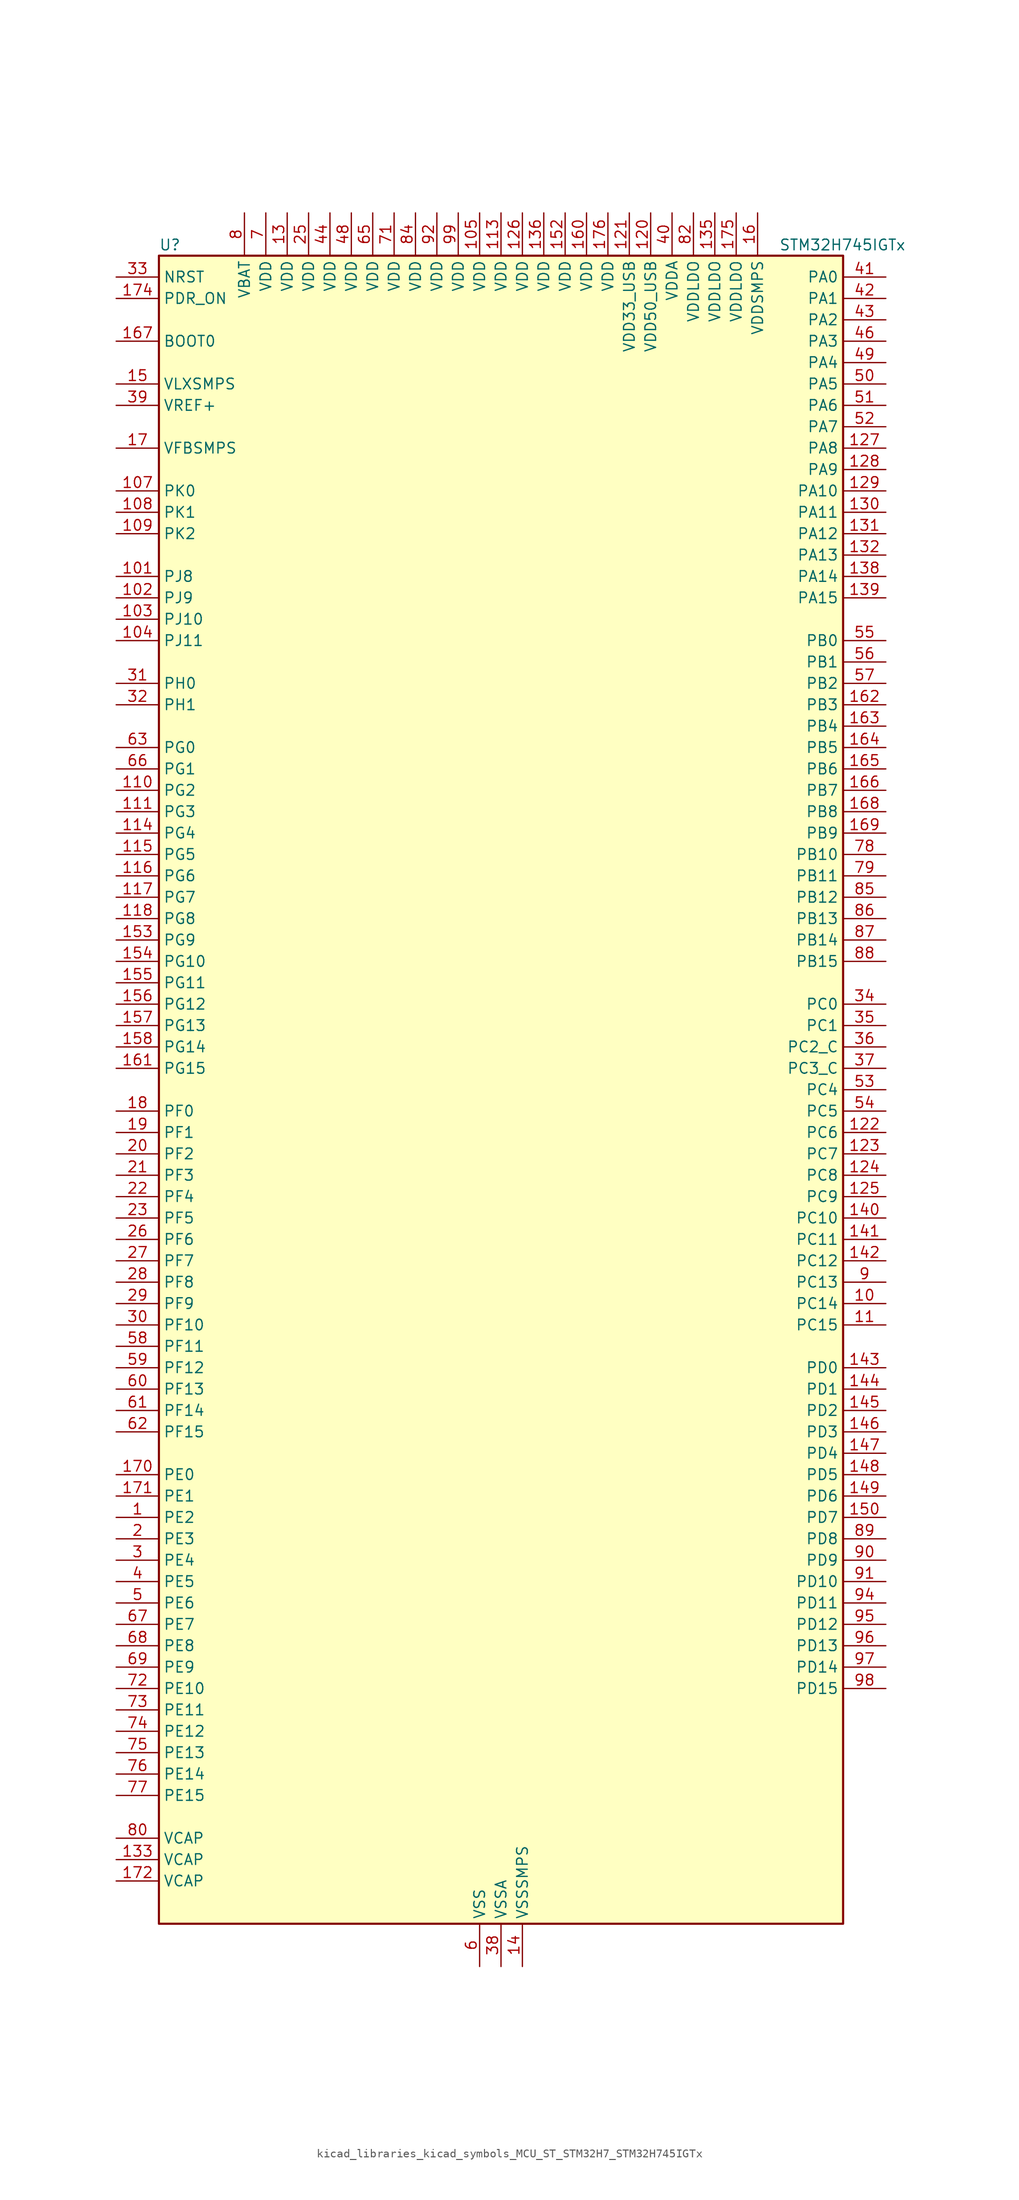
<source format=kicad_sym>
(kicad_symbol_lib
  (version 20220914)
  (generator kicad_symbol_editor)
  (symbol "kicad_libraries_kicad_symbols_MCU_ST_STM32H7_STM32H745IGTx"
    (property "Reference" "U"
      (at -40.64 100.33 0)
      (effects (font (size 1.27 1.27)) (justify left)))
    (property "Value" "STM32H745IGTx"
      (at 33.02 100.33 0)
      (effects (font (size 1.27 1.27)) (justify left)))
    (property "ki_locked" ""
      (at 0 0 0)
      (effects (font (size 1.27 1.27))))
    (symbol "kicad_libraries_kicad_symbols_MCU_ST_STM32H7_STM32H745IGTx_0_1"
      (rectangle (start -40.64 -99.06) (end 40.64 99.06) (stroke (width 0.254) (type default)) (fill (type background))))
    (symbol "kicad_libraries_kicad_symbols_MCU_ST_STM32H7_STM32H745IGTx_1_1"
      (pin bidirectional line (at -45.72 -50.8 0) (length 5.08) (name "PE2" (effects (font (size 1.27 1.27)))) (number "1" (effects (font (size 1.27 1.27)))) (alternate "DEBUG_TRACECLK" bidirectional line) (alternate "ETH_TXD3" bidirectional line) (alternate "FMC_A23" bidirectional line) (alternate "QUADSPI_BK1_IO2" bidirectional line) (alternate "SAI1_CK1" bidirectional line) (alternate "SAI1_MCLK_A" bidirectional line) (alternate "SAI4_CK1" bidirectional line) (alternate "SAI4_MCLK_A" bidirectional line) (alternate "SPI4_SCK" bidirectional line))
      (pin bidirectional line (at 45.72 -25.4 180) (length 5.08) (name "PC14" (effects (font (size 1.27 1.27)))) (number "10" (effects (font (size 1.27 1.27)))) (alternate "RCC_OSC32_IN" bidirectional line))
      (pin passive line (at -2.54 -104.14 90) (length 5.08) hide (name "VSS" (effects (font (size 1.27 1.27)))) (number "100" (effects (font (size 1.27 1.27)))))
      (pin bidirectional line (at -45.72 60.96 0) (length 5.08) (name "PJ8" (effects (font (size 1.27 1.27)))) (number "101" (effects (font (size 1.27 1.27)))) (alternate "LTDC_G1" bidirectional line) (alternate "TIM1_CH3N" bidirectional line) (alternate "TIM8_CH1" bidirectional line) (alternate "UART8_TX" bidirectional line))
      (pin bidirectional line (at -45.72 58.42 0) (length 5.08) (name "PJ9" (effects (font (size 1.27 1.27)))) (number "102" (effects (font (size 1.27 1.27)))) (alternate "DAC1_EXTI9" bidirectional line) (alternate "LTDC_G2" bidirectional line) (alternate "TIM1_CH3" bidirectional line) (alternate "TIM8_CH1N" bidirectional line) (alternate "UART8_RX" bidirectional line))
      (pin bidirectional line (at -45.72 55.88 0) (length 5.08) (name "PJ10" (effects (font (size 1.27 1.27)))) (number "103" (effects (font (size 1.27 1.27)))) (alternate "LTDC_G3" bidirectional line) (alternate "SPI5_MOSI" bidirectional line) (alternate "TIM1_CH2N" bidirectional line) (alternate "TIM8_CH2" bidirectional line))
      (pin bidirectional line (at -45.72 53.34 0) (length 5.08) (name "PJ11" (effects (font (size 1.27 1.27)))) (number "104" (effects (font (size 1.27 1.27)))) (alternate "ADC1_EXTI11" bidirectional line) (alternate "ADC2_EXTI11" bidirectional line) (alternate "ADC3_EXTI11" bidirectional line) (alternate "LTDC_G4" bidirectional line) (alternate "SPI5_MISO" bidirectional line) (alternate "TIM1_CH2" bidirectional line) (alternate "TIM8_CH2N" bidirectional line))
      (pin power_in line (at -2.54 104.14 270) (length 5.08) (name "VDD" (effects (font (size 1.27 1.27)))) (number "105" (effects (font (size 1.27 1.27)))))
      (pin passive line (at -2.54 -104.14 90) (length 5.08) hide (name "VSS" (effects (font (size 1.27 1.27)))) (number "106" (effects (font (size 1.27 1.27)))))
      (pin bidirectional line (at -45.72 71.12 0) (length 5.08) (name "PK0" (effects (font (size 1.27 1.27)))) (number "107" (effects (font (size 1.27 1.27)))) (alternate "LTDC_G5" bidirectional line) (alternate "SPI5_SCK" bidirectional line) (alternate "TIM1_CH1N" bidirectional line) (alternate "TIM8_CH3" bidirectional line))
      (pin bidirectional line (at -45.72 68.58 0) (length 5.08) (name "PK1" (effects (font (size 1.27 1.27)))) (number "108" (effects (font (size 1.27 1.27)))) (alternate "LTDC_G6" bidirectional line) (alternate "SPI5_NSS" bidirectional line) (alternate "TIM1_CH1" bidirectional line) (alternate "TIM8_CH3N" bidirectional line))
      (pin bidirectional line (at -45.72 66.04 0) (length 5.08) (name "PK2" (effects (font (size 1.27 1.27)))) (number "109" (effects (font (size 1.27 1.27)))) (alternate "LTDC_G7" bidirectional line) (alternate "TIM1_BKIN" bidirectional line) (alternate "TIM1_BKIN_COMP1" bidirectional line) (alternate "TIM1_BKIN_COMP2" bidirectional line) (alternate "TIM8_BKIN" bidirectional line) (alternate "TIM8_BKIN_COMP1" bidirectional line) (alternate "TIM8_BKIN_COMP2" bidirectional line))
      (pin bidirectional line (at 45.72 -27.94 180) (length 5.08) (name "PC15" (effects (font (size 1.27 1.27)))) (number "11" (effects (font (size 1.27 1.27)))) (alternate "ADC1_EXTI15" bidirectional line) (alternate "ADC2_EXTI15" bidirectional line) (alternate "ADC3_EXTI15" bidirectional line) (alternate "RCC_OSC32_OUT" bidirectional line))
      (pin bidirectional line (at -45.72 35.56 0) (length 5.08) (name "PG2" (effects (font (size 1.27 1.27)))) (number "110" (effects (font (size 1.27 1.27)))) (alternate "FMC_A12" bidirectional line) (alternate "TIM8_BKIN" bidirectional line) (alternate "TIM8_BKIN_COMP1" bidirectional line) (alternate "TIM8_BKIN_COMP2" bidirectional line))
      (pin bidirectional line (at -45.72 33.02 0) (length 5.08) (name "PG3" (effects (font (size 1.27 1.27)))) (number "111" (effects (font (size 1.27 1.27)))) (alternate "FMC_A13" bidirectional line) (alternate "TIM8_BKIN2" bidirectional line) (alternate "TIM8_BKIN2_COMP1" bidirectional line) (alternate "TIM8_BKIN2_COMP2" bidirectional line))
      (pin passive line (at -2.54 -104.14 90) (length 5.08) hide (name "VSS" (effects (font (size 1.27 1.27)))) (number "112" (effects (font (size 1.27 1.27)))))
      (pin power_in line (at 0 104.14 270) (length 5.08) (name "VDD" (effects (font (size 1.27 1.27)))) (number "113" (effects (font (size 1.27 1.27)))))
      (pin bidirectional line (at -45.72 30.48 0) (length 5.08) (name "PG4" (effects (font (size 1.27 1.27)))) (number "114" (effects (font (size 1.27 1.27)))) (alternate "FMC_A14" bidirectional line) (alternate "FMC_BA0" bidirectional line) (alternate "TIM1_BKIN2" bidirectional line) (alternate "TIM1_BKIN2_COMP1" bidirectional line) (alternate "TIM1_BKIN2_COMP2" bidirectional line))
      (pin bidirectional line (at -45.72 27.94 0) (length 5.08) (name "PG5" (effects (font (size 1.27 1.27)))) (number "115" (effects (font (size 1.27 1.27)))) (alternate "FMC_A15" bidirectional line) (alternate "FMC_BA1" bidirectional line) (alternate "TIM1_ETR" bidirectional line))
      (pin bidirectional line (at -45.72 25.4 0) (length 5.08) (name "PG6" (effects (font (size 1.27 1.27)))) (number "116" (effects (font (size 1.27 1.27)))) (alternate "DCMI_D12" bidirectional line) (alternate "FMC_NE3" bidirectional line) (alternate "HRTIM_CHE1" bidirectional line) (alternate "LTDC_R7" bidirectional line) (alternate "QUADSPI_BK1_NCS" bidirectional line) (alternate "TIM17_BKIN" bidirectional line))
      (pin bidirectional line (at -45.72 22.86 0) (length 5.08) (name "PG7" (effects (font (size 1.27 1.27)))) (number "117" (effects (font (size 1.27 1.27)))) (alternate "DCMI_D13" bidirectional line) (alternate "FMC_INT" bidirectional line) (alternate "HRTIM_CHE2" bidirectional line) (alternate "LTDC_CLK" bidirectional line) (alternate "SAI1_MCLK_A" bidirectional line) (alternate "USART6_CK" bidirectional line))
      (pin bidirectional line (at -45.72 20.32 0) (length 5.08) (name "PG8" (effects (font (size 1.27 1.27)))) (number "118" (effects (font (size 1.27 1.27)))) (alternate "ETH_PPS_OUT" bidirectional line) (alternate "FMC_SDCLK" bidirectional line) (alternate "LTDC_G7" bidirectional line) (alternate "SPDIFRX1_IN2" bidirectional line) (alternate "SPI6_NSS" bidirectional line) (alternate "TIM8_ETR" bidirectional line) (alternate "USART6_DE" bidirectional line) (alternate "USART6_RTS" bidirectional line))
      (pin passive line (at -2.54 -104.14 90) (length 5.08) hide (name "VSS" (effects (font (size 1.27 1.27)))) (number "119" (effects (font (size 1.27 1.27)))))
      (pin passive line (at -2.54 -104.14 90) (length 5.08) hide (name "VSS" (effects (font (size 1.27 1.27)))) (number "12" (effects (font (size 1.27 1.27)))))
      (pin power_in line (at 17.78 104.14 270) (length 5.08) (name "VDD50_USB" (effects (font (size 1.27 1.27)))) (number "120" (effects (font (size 1.27 1.27)))))
      (pin power_in line (at 15.24 104.14 270) (length 5.08) (name "VDD33_USB" (effects (font (size 1.27 1.27)))) (number "121" (effects (font (size 1.27 1.27)))))
      (pin bidirectional line (at 45.72 -5.08 180) (length 5.08) (name "PC6" (effects (font (size 1.27 1.27)))) (number "122" (effects (font (size 1.27 1.27)))) (alternate "DCMI_D0" bidirectional line) (alternate "DFSDM1_CKIN3" bidirectional line) (alternate "FMC_NWAIT" bidirectional line) (alternate "HRTIM_CHA1" bidirectional line) (alternate "I2S2_MCK" bidirectional line) (alternate "LTDC_HSYNC" bidirectional line) (alternate "SDMMC1_D0DIR" bidirectional line) (alternate "SDMMC1_D6" bidirectional line) (alternate "SDMMC2_D6" bidirectional line) (alternate "SWPMI1_IO" bidirectional line) (alternate "TIM3_CH1" bidirectional line) (alternate "TIM8_CH1" bidirectional line) (alternate "USART6_TX" bidirectional line))
      (pin bidirectional line (at 45.72 -7.62 180) (length 5.08) (name "PC7" (effects (font (size 1.27 1.27)))) (number "123" (effects (font (size 1.27 1.27)))) (alternate "DCMI_D1" bidirectional line) (alternate "DEBUG_TRGIO" bidirectional line) (alternate "DFSDM1_DATIN3" bidirectional line) (alternate "FMC_NE1" bidirectional line) (alternate "HRTIM_CHA2" bidirectional line) (alternate "I2S3_MCK" bidirectional line) (alternate "LTDC_G6" bidirectional line) (alternate "SDMMC1_D123DIR" bidirectional line) (alternate "SDMMC1_D7" bidirectional line) (alternate "SDMMC2_D7" bidirectional line) (alternate "SWPMI1_TX" bidirectional line) (alternate "TIM3_CH2" bidirectional line) (alternate "TIM8_CH2" bidirectional line) (alternate "USART6_RX" bidirectional line))
      (pin bidirectional line (at 45.72 -10.16 180) (length 5.08) (name "PC8" (effects (font (size 1.27 1.27)))) (number "124" (effects (font (size 1.27 1.27)))) (alternate "DCMI_D2" bidirectional line) (alternate "DEBUG_TRACED1" bidirectional line) (alternate "FMC_NCE" bidirectional line) (alternate "FMC_NE2" bidirectional line) (alternate "HRTIM_CHB1" bidirectional line) (alternate "SDMMC1_D0" bidirectional line) (alternate "SWPMI1_RX" bidirectional line) (alternate "TIM3_CH3" bidirectional line) (alternate "TIM8_CH3" bidirectional line) (alternate "UART5_DE" bidirectional line) (alternate "UART5_RTS" bidirectional line) (alternate "USART6_CK" bidirectional line))
      (pin bidirectional line (at 45.72 -12.7 180) (length 5.08) (name "PC9" (effects (font (size 1.27 1.27)))) (number "125" (effects (font (size 1.27 1.27)))) (alternate "DAC1_EXTI9" bidirectional line) (alternate "DCMI_D3" bidirectional line) (alternate "I2C3_SDA" bidirectional line) (alternate "I2S_CKIN" bidirectional line) (alternate "LTDC_B2" bidirectional line) (alternate "LTDC_G3" bidirectional line) (alternate "QUADSPI_BK1_IO0" bidirectional line) (alternate "RCC_MCO_2" bidirectional line) (alternate "SDMMC1_D1" bidirectional line) (alternate "SWPMI1_SUSPEND" bidirectional line) (alternate "TIM3_CH4" bidirectional line) (alternate "TIM8_CH4" bidirectional line) (alternate "UART5_CTS" bidirectional line))
      (pin power_in line (at 2.54 104.14 270) (length 5.08) (name "VDD" (effects (font (size 1.27 1.27)))) (number "126" (effects (font (size 1.27 1.27)))))
      (pin bidirectional line (at 45.72 76.2 180) (length 5.08) (name "PA8" (effects (font (size 1.27 1.27)))) (number "127" (effects (font (size 1.27 1.27)))) (alternate "HRTIM_CHB2" bidirectional line) (alternate "I2C3_SCL" bidirectional line) (alternate "LTDC_B3" bidirectional line) (alternate "LTDC_R6" bidirectional line) (alternate "RCC_MCO_1" bidirectional line) (alternate "TIM1_CH1" bidirectional line) (alternate "TIM8_BKIN2" bidirectional line) (alternate "TIM8_BKIN2_COMP1" bidirectional line) (alternate "TIM8_BKIN2_COMP2" bidirectional line) (alternate "UART7_RX" bidirectional line) (alternate "USART1_CK" bidirectional line) (alternate "USB_OTG_FS_SOF" bidirectional line))
      (pin bidirectional line (at 45.72 73.66 180) (length 5.08) (name "PA9" (effects (font (size 1.27 1.27)))) (number "128" (effects (font (size 1.27 1.27)))) (alternate "DAC1_EXTI9" bidirectional line) (alternate "DCMI_D0" bidirectional line) (alternate "HRTIM_CHC1" bidirectional line) (alternate "I2C3_SMBA" bidirectional line) (alternate "I2S2_CK" bidirectional line) (alternate "LPUART1_TX" bidirectional line) (alternate "LTDC_R5" bidirectional line) (alternate "SPI2_SCK" bidirectional line) (alternate "TIM1_CH2" bidirectional line) (alternate "USART1_TX" bidirectional line) (alternate "USB_OTG_FS_VBUS" bidirectional line))
      (pin bidirectional line (at 45.72 71.12 180) (length 5.08) (name "PA10" (effects (font (size 1.27 1.27)))) (number "129" (effects (font (size 1.27 1.27)))) (alternate "DCMI_D1" bidirectional line) (alternate "HRTIM_CHC2" bidirectional line) (alternate "LPUART1_RX" bidirectional line) (alternate "LTDC_B1" bidirectional line) (alternate "LTDC_B4" bidirectional line) (alternate "MDIOS_MDIO" bidirectional line) (alternate "TIM1_CH3" bidirectional line) (alternate "USART1_RX" bidirectional line) (alternate "USB_OTG_FS_ID" bidirectional line))
      (pin power_in line (at -25.4 104.14 270) (length 5.08) (name "VDD" (effects (font (size 1.27 1.27)))) (number "13" (effects (font (size 1.27 1.27)))))
      (pin bidirectional line (at 45.72 68.58 180) (length 5.08) (name "PA11" (effects (font (size 1.27 1.27)))) (number "130" (effects (font (size 1.27 1.27)))) (alternate "ADC1_EXTI11" bidirectional line) (alternate "ADC2_EXTI11" bidirectional line) (alternate "ADC3_EXTI11" bidirectional line) (alternate "FDCAN1_RX" bidirectional line) (alternate "HRTIM_CHD1" bidirectional line) (alternate "I2S2_WS" bidirectional line) (alternate "LPUART1_CTS" bidirectional line) (alternate "LTDC_R4" bidirectional line) (alternate "SPI2_NSS" bidirectional line) (alternate "TIM1_CH4" bidirectional line) (alternate "UART4_RX" bidirectional line) (alternate "USART1_CTS" bidirectional line) (alternate "USART1_NSS" bidirectional line) (alternate "USB_OTG_FS_DM" bidirectional line))
      (pin bidirectional line (at 45.72 66.04 180) (length 5.08) (name "PA12" (effects (font (size 1.27 1.27)))) (number "131" (effects (font (size 1.27 1.27)))) (alternate "FDCAN1_TX" bidirectional line) (alternate "HRTIM_CHD2" bidirectional line) (alternate "I2S2_CK" bidirectional line) (alternate "LPUART1_DE" bidirectional line) (alternate "LPUART1_RTS" bidirectional line) (alternate "LTDC_R5" bidirectional line) (alternate "SAI2_FS_B" bidirectional line) (alternate "SPI2_SCK" bidirectional line) (alternate "TIM1_ETR" bidirectional line) (alternate "UART4_TX" bidirectional line) (alternate "USART1_DE" bidirectional line) (alternate "USART1_RTS" bidirectional line) (alternate "USB_OTG_FS_DP" bidirectional line))
      (pin bidirectional line (at 45.72 63.5 180) (length 5.08) (name "PA13" (effects (font (size 1.27 1.27)))) (number "132" (effects (font (size 1.27 1.27)))) (alternate "DEBUG_JTMS-SWDIO" bidirectional line))
      (pin power_out line (at -45.72 -91.44 0) (length 5.08) (name "VCAP" (effects (font (size 1.27 1.27)))) (number "133" (effects (font (size 1.27 1.27)))))
      (pin passive line (at -2.54 -104.14 90) (length 5.08) hide (name "VSS" (effects (font (size 1.27 1.27)))) (number "134" (effects (font (size 1.27 1.27)))))
      (pin power_in line (at 25.4 104.14 270) (length 5.08) (name "VDDLDO" (effects (font (size 1.27 1.27)))) (number "135" (effects (font (size 1.27 1.27)))))
      (pin power_in line (at 5.08 104.14 270) (length 5.08) (name "VDD" (effects (font (size 1.27 1.27)))) (number "136" (effects (font (size 1.27 1.27)))))
      (pin passive line (at -2.54 -104.14 90) (length 5.08) hide (name "VSS" (effects (font (size 1.27 1.27)))) (number "137" (effects (font (size 1.27 1.27)))))
      (pin bidirectional line (at 45.72 60.96 180) (length 5.08) (name "PA14" (effects (font (size 1.27 1.27)))) (number "138" (effects (font (size 1.27 1.27)))) (alternate "DEBUG_JTCK-SWCLK" bidirectional line))
      (pin bidirectional line (at 45.72 58.42 180) (length 5.08) (name "PA15" (effects (font (size 1.27 1.27)))) (number "139" (effects (font (size 1.27 1.27)))) (alternate "ADC1_EXTI15" bidirectional line) (alternate "ADC2_EXTI15" bidirectional line) (alternate "ADC3_EXTI15" bidirectional line) (alternate "CEC" bidirectional line) (alternate "DEBUG_JTDI" bidirectional line) (alternate "HRTIM_FLT1" bidirectional line) (alternate "I2S1_WS" bidirectional line) (alternate "I2S3_WS" bidirectional line) (alternate "SPI1_NSS" bidirectional line) (alternate "SPI3_NSS" bidirectional line) (alternate "SPI6_NSS" bidirectional line) (alternate "TIM2_CH1" bidirectional line) (alternate "TIM2_ETR" bidirectional line) (alternate "UART4_DE" bidirectional line) (alternate "UART4_RTS" bidirectional line) (alternate "UART7_TX" bidirectional line))
      (pin power_in line (at 2.54 -104.14 90) (length 5.08) (name "VSSSMPS" (effects (font (size 1.27 1.27)))) (number "14" (effects (font (size 1.27 1.27)))))
      (pin bidirectional line (at 45.72 -15.24 180) (length 5.08) (name "PC10" (effects (font (size 1.27 1.27)))) (number "140" (effects (font (size 1.27 1.27)))) (alternate "DCMI_D8" bidirectional line) (alternate "DFSDM1_CKIN5" bidirectional line) (alternate "HRTIM_EEV1" bidirectional line) (alternate "I2S3_CK" bidirectional line) (alternate "LTDC_R2" bidirectional line) (alternate "QUADSPI_BK1_IO1" bidirectional line) (alternate "SDMMC1_D2" bidirectional line) (alternate "SPI3_SCK" bidirectional line) (alternate "UART4_TX" bidirectional line) (alternate "USART3_TX" bidirectional line))
      (pin bidirectional line (at 45.72 -17.78 180) (length 5.08) (name "PC11" (effects (font (size 1.27 1.27)))) (number "141" (effects (font (size 1.27 1.27)))) (alternate "ADC1_EXTI11" bidirectional line) (alternate "ADC2_EXTI11" bidirectional line) (alternate "ADC3_EXTI11" bidirectional line) (alternate "DCMI_D4" bidirectional line) (alternate "DFSDM1_DATIN5" bidirectional line) (alternate "HRTIM_FLT2" bidirectional line) (alternate "I2S3_SDI" bidirectional line) (alternate "QUADSPI_BK2_NCS" bidirectional line) (alternate "SDMMC1_D3" bidirectional line) (alternate "SPI3_MISO" bidirectional line) (alternate "UART4_RX" bidirectional line) (alternate "USART3_RX" bidirectional line))
      (pin bidirectional line (at 45.72 -20.32 180) (length 5.08) (name "PC12" (effects (font (size 1.27 1.27)))) (number "142" (effects (font (size 1.27 1.27)))) (alternate "DCMI_D9" bidirectional line) (alternate "DEBUG_TRACED3" bidirectional line) (alternate "HRTIM_EEV2" bidirectional line) (alternate "I2S3_SDO" bidirectional line) (alternate "SDMMC1_CK" bidirectional line) (alternate "SPI3_MOSI" bidirectional line) (alternate "UART5_TX" bidirectional line) (alternate "USART3_CK" bidirectional line))
      (pin bidirectional line (at 45.72 -33.02 180) (length 5.08) (name "PD0" (effects (font (size 1.27 1.27)))) (number "143" (effects (font (size 1.27 1.27)))) (alternate "DFSDM1_CKIN6" bidirectional line) (alternate "FDCAN1_RX" bidirectional line) (alternate "FMC_D2" bidirectional line) (alternate "FMC_DA2" bidirectional line) (alternate "SAI3_SCK_A" bidirectional line) (alternate "UART4_RX" bidirectional line))
      (pin bidirectional line (at 45.72 -35.56 180) (length 5.08) (name "PD1" (effects (font (size 1.27 1.27)))) (number "144" (effects (font (size 1.27 1.27)))) (alternate "DFSDM1_DATIN6" bidirectional line) (alternate "FDCAN1_TX" bidirectional line) (alternate "FMC_D3" bidirectional line) (alternate "FMC_DA3" bidirectional line) (alternate "SAI3_SD_A" bidirectional line) (alternate "UART4_TX" bidirectional line))
      (pin bidirectional line (at 45.72 -38.1 180) (length 5.08) (name "PD2" (effects (font (size 1.27 1.27)))) (number "145" (effects (font (size 1.27 1.27)))) (alternate "DCMI_D11" bidirectional line) (alternate "DEBUG_TRACED2" bidirectional line) (alternate "SDMMC1_CMD" bidirectional line) (alternate "TIM3_ETR" bidirectional line) (alternate "UART5_RX" bidirectional line))
      (pin bidirectional line (at 45.72 -40.64 180) (length 5.08) (name "PD3" (effects (font (size 1.27 1.27)))) (number "146" (effects (font (size 1.27 1.27)))) (alternate "DCMI_D5" bidirectional line) (alternate "DFSDM1_CKOUT" bidirectional line) (alternate "FMC_CLK" bidirectional line) (alternate "I2S2_CK" bidirectional line) (alternate "LTDC_G7" bidirectional line) (alternate "SPI2_SCK" bidirectional line) (alternate "USART2_CTS" bidirectional line) (alternate "USART2_NSS" bidirectional line))
      (pin bidirectional line (at 45.72 -43.18 180) (length 5.08) (name "PD4" (effects (font (size 1.27 1.27)))) (number "147" (effects (font (size 1.27 1.27)))) (alternate "FMC_NOE" bidirectional line) (alternate "HRTIM_FLT3" bidirectional line) (alternate "SAI3_FS_A" bidirectional line) (alternate "USART2_DE" bidirectional line) (alternate "USART2_RTS" bidirectional line))
      (pin bidirectional line (at 45.72 -45.72 180) (length 5.08) (name "PD5" (effects (font (size 1.27 1.27)))) (number "148" (effects (font (size 1.27 1.27)))) (alternate "FMC_NWE" bidirectional line) (alternate "HRTIM_EEV3" bidirectional line) (alternate "USART2_TX" bidirectional line))
      (pin bidirectional line (at 45.72 -48.26 180) (length 5.08) (name "PD6" (effects (font (size 1.27 1.27)))) (number "149" (effects (font (size 1.27 1.27)))) (alternate "DCMI_D10" bidirectional line) (alternate "DFSDM1_CKIN4" bidirectional line) (alternate "DFSDM1_DATIN1" bidirectional line) (alternate "FMC_NWAIT" bidirectional line) (alternate "I2S3_SDO" bidirectional line) (alternate "LTDC_B2" bidirectional line) (alternate "SAI1_D1" bidirectional line) (alternate "SAI1_SD_A" bidirectional line) (alternate "SAI4_D1" bidirectional line) (alternate "SAI4_SD_A" bidirectional line) (alternate "SDMMC2_CK" bidirectional line) (alternate "SPI3_MOSI" bidirectional line) (alternate "USART2_RX" bidirectional line))
      (pin power_in line (at -45.72 83.82 0) (length 5.08) (name "VLXSMPS" (effects (font (size 1.27 1.27)))) (number "15" (effects (font (size 1.27 1.27)))))
      (pin bidirectional line (at 45.72 -50.8 180) (length 5.08) (name "PD7" (effects (font (size 1.27 1.27)))) (number "150" (effects (font (size 1.27 1.27)))) (alternate "DFSDM1_CKIN1" bidirectional line) (alternate "DFSDM1_DATIN4" bidirectional line) (alternate "FMC_NE1" bidirectional line) (alternate "I2S1_SDO" bidirectional line) (alternate "SDMMC2_CMD" bidirectional line) (alternate "SPDIFRX1_IN0" bidirectional line) (alternate "SPI1_MOSI" bidirectional line) (alternate "USART2_CK" bidirectional line))
      (pin passive line (at -2.54 -104.14 90) (length 5.08) hide (name "VSS" (effects (font (size 1.27 1.27)))) (number "151" (effects (font (size 1.27 1.27)))))
      (pin power_in line (at 7.62 104.14 270) (length 5.08) (name "VDD" (effects (font (size 1.27 1.27)))) (number "152" (effects (font (size 1.27 1.27)))))
      (pin bidirectional line (at -45.72 17.78 0) (length 5.08) (name "PG9" (effects (font (size 1.27 1.27)))) (number "153" (effects (font (size 1.27 1.27)))) (alternate "DAC1_EXTI9" bidirectional line) (alternate "DCMI_VSYNC" bidirectional line) (alternate "FMC_NCE" bidirectional line) (alternate "FMC_NE2" bidirectional line) (alternate "I2S1_SDI" bidirectional line) (alternate "QUADSPI_BK2_IO2" bidirectional line) (alternate "SAI2_FS_B" bidirectional line) (alternate "SPDIFRX1_IN3" bidirectional line) (alternate "SPI1_MISO" bidirectional line) (alternate "USART6_RX" bidirectional line))
      (pin bidirectional line (at -45.72 15.24 0) (length 5.08) (name "PG10" (effects (font (size 1.27 1.27)))) (number "154" (effects (font (size 1.27 1.27)))) (alternate "DCMI_D2" bidirectional line) (alternate "FMC_NE3" bidirectional line) (alternate "HRTIM_FLT5" bidirectional line) (alternate "I2S1_WS" bidirectional line) (alternate "LTDC_B2" bidirectional line) (alternate "LTDC_G3" bidirectional line) (alternate "SAI2_SD_B" bidirectional line) (alternate "SPI1_NSS" bidirectional line))
      (pin bidirectional line (at -45.72 12.7 0) (length 5.08) (name "PG11" (effects (font (size 1.27 1.27)))) (number "155" (effects (font (size 1.27 1.27)))) (alternate "ADC1_EXTI11" bidirectional line) (alternate "ADC2_EXTI11" bidirectional line) (alternate "ADC3_EXTI11" bidirectional line) (alternate "DCMI_D3" bidirectional line) (alternate "ETH_TX_EN" bidirectional line) (alternate "HRTIM_EEV4" bidirectional line) (alternate "I2S1_CK" bidirectional line) (alternate "LPTIM1_IN2" bidirectional line) (alternate "LTDC_B3" bidirectional line) (alternate "SDMMC2_D2" bidirectional line) (alternate "SPDIFRX1_IN0" bidirectional line) (alternate "SPI1_SCK" bidirectional line))
      (pin bidirectional line (at -45.72 10.16 0) (length 5.08) (name "PG12" (effects (font (size 1.27 1.27)))) (number "156" (effects (font (size 1.27 1.27)))) (alternate "ETH_TXD1" bidirectional line) (alternate "FMC_NE4" bidirectional line) (alternate "HRTIM_EEV5" bidirectional line) (alternate "LPTIM1_IN1" bidirectional line) (alternate "LTDC_B1" bidirectional line) (alternate "LTDC_B4" bidirectional line) (alternate "SPDIFRX1_IN1" bidirectional line) (alternate "SPI6_MISO" bidirectional line) (alternate "USART6_DE" bidirectional line) (alternate "USART6_RTS" bidirectional line))
      (pin bidirectional line (at -45.72 7.62 0) (length 5.08) (name "PG13" (effects (font (size 1.27 1.27)))) (number "157" (effects (font (size 1.27 1.27)))) (alternate "DEBUG_TRACED0" bidirectional line) (alternate "ETH_TXD0" bidirectional line) (alternate "FMC_A24" bidirectional line) (alternate "HRTIM_EEV10" bidirectional line) (alternate "LPTIM1_OUT" bidirectional line) (alternate "LTDC_R0" bidirectional line) (alternate "SPI6_SCK" bidirectional line) (alternate "USART6_CTS" bidirectional line) (alternate "USART6_NSS" bidirectional line))
      (pin bidirectional line (at -45.72 5.08 0) (length 5.08) (name "PG14" (effects (font (size 1.27 1.27)))) (number "158" (effects (font (size 1.27 1.27)))) (alternate "DEBUG_TRACED1" bidirectional line) (alternate "ETH_TXD1" bidirectional line) (alternate "FMC_A25" bidirectional line) (alternate "LPTIM1_ETR" bidirectional line) (alternate "LTDC_B0" bidirectional line) (alternate "QUADSPI_BK2_IO3" bidirectional line) (alternate "SPI6_MOSI" bidirectional line) (alternate "USART6_TX" bidirectional line))
      (pin passive line (at -2.54 -104.14 90) (length 5.08) hide (name "VSS" (effects (font (size 1.27 1.27)))) (number "159" (effects (font (size 1.27 1.27)))))
      (pin power_in line (at 30.48 104.14 270) (length 5.08) (name "VDDSMPS" (effects (font (size 1.27 1.27)))) (number "16" (effects (font (size 1.27 1.27)))))
      (pin power_in line (at 10.16 104.14 270) (length 5.08) (name "VDD" (effects (font (size 1.27 1.27)))) (number "160" (effects (font (size 1.27 1.27)))))
      (pin bidirectional line (at -45.72 2.54 0) (length 5.08) (name "PG15" (effects (font (size 1.27 1.27)))) (number "161" (effects (font (size 1.27 1.27)))) (alternate "ADC1_EXTI15" bidirectional line) (alternate "ADC2_EXTI15" bidirectional line) (alternate "ADC3_EXTI15" bidirectional line) (alternate "DCMI_D13" bidirectional line) (alternate "FMC_SDNCAS" bidirectional line) (alternate "USART6_CTS" bidirectional line) (alternate "USART6_NSS" bidirectional line))
      (pin bidirectional line (at 45.72 45.72 180) (length 5.08) (name "PB3" (effects (font (size 1.27 1.27)))) (number "162" (effects (font (size 1.27 1.27)))) (alternate "CRS_SYNC" bidirectional line) (alternate "DEBUG_JTDO-SWO" bidirectional line) (alternate "HRTIM_FLT4" bidirectional line) (alternate "I2S1_CK" bidirectional line) (alternate "I2S3_CK" bidirectional line) (alternate "SDMMC2_D2" bidirectional line) (alternate "SPI1_SCK" bidirectional line) (alternate "SPI3_SCK" bidirectional line) (alternate "SPI6_SCK" bidirectional line) (alternate "TIM2_CH2" bidirectional line) (alternate "UART7_RX" bidirectional line))
      (pin bidirectional line (at 45.72 43.18 180) (length 5.08) (name "PB4" (effects (font (size 1.27 1.27)))) (number "163" (effects (font (size 1.27 1.27)))) (alternate "DEBUG_JTRST" bidirectional line) (alternate "HRTIM_EEV6" bidirectional line) (alternate "I2S1_SDI" bidirectional line) (alternate "I2S2_WS" bidirectional line) (alternate "I2S3_SDI" bidirectional line) (alternate "SDMMC2_D3" bidirectional line) (alternate "SPI1_MISO" bidirectional line) (alternate "SPI2_NSS" bidirectional line) (alternate "SPI3_MISO" bidirectional line) (alternate "SPI6_MISO" bidirectional line) (alternate "TIM16_BKIN" bidirectional line) (alternate "TIM3_CH1" bidirectional line) (alternate "UART7_TX" bidirectional line))
      (pin bidirectional line (at 45.72 40.64 180) (length 5.08) (name "PB5" (effects (font (size 1.27 1.27)))) (number "164" (effects (font (size 1.27 1.27)))) (alternate "DCMI_D10" bidirectional line) (alternate "ETH_PPS_OUT" bidirectional line) (alternate "FDCAN2_RX" bidirectional line) (alternate "FMC_SDCKE1" bidirectional line) (alternate "HRTIM_EEV7" bidirectional line) (alternate "I2C1_SMBA" bidirectional line) (alternate "I2C4_SMBA" bidirectional line) (alternate "I2S1_SDO" bidirectional line) (alternate "I2S3_SDO" bidirectional line) (alternate "SPI1_MOSI" bidirectional line) (alternate "SPI3_MOSI" bidirectional line) (alternate "SPI6_MOSI" bidirectional line) (alternate "TIM17_BKIN" bidirectional line) (alternate "TIM3_CH2" bidirectional line) (alternate "UART5_RX" bidirectional line) (alternate "USB_OTG_HS_ULPI_D7" bidirectional line))
      (pin bidirectional line (at 45.72 38.1 180) (length 5.08) (name "PB6" (effects (font (size 1.27 1.27)))) (number "165" (effects (font (size 1.27 1.27)))) (alternate "CEC" bidirectional line) (alternate "DCMI_D5" bidirectional line) (alternate "DFSDM1_DATIN5" bidirectional line) (alternate "FDCAN2_TX" bidirectional line) (alternate "FMC_SDNE1" bidirectional line) (alternate "HRTIM_EEV8" bidirectional line) (alternate "I2C1_SCL" bidirectional line) (alternate "I2C4_SCL" bidirectional line) (alternate "LPUART1_TX" bidirectional line) (alternate "QUADSPI_BK1_NCS" bidirectional line) (alternate "TIM16_CH1N" bidirectional line) (alternate "TIM4_CH1" bidirectional line) (alternate "UART5_TX" bidirectional line) (alternate "USART1_TX" bidirectional line))
      (pin bidirectional line (at 45.72 35.56 180) (length 5.08) (name "PB7" (effects (font (size 1.27 1.27)))) (number "166" (effects (font (size 1.27 1.27)))) (alternate "DCMI_VSYNC" bidirectional line) (alternate "DFSDM1_CKIN5" bidirectional line) (alternate "FMC_NL" bidirectional line) (alternate "HRTIM_EEV9" bidirectional line) (alternate "I2C1_SDA" bidirectional line) (alternate "I2C4_SDA" bidirectional line) (alternate "LPUART1_RX" bidirectional line) (alternate "PWR_PVD_IN" bidirectional line) (alternate "TIM17_CH1N" bidirectional line) (alternate "TIM4_CH2" bidirectional line) (alternate "USART1_RX" bidirectional line))
      (pin input line (at -45.72 88.9 0) (length 5.08) (name "BOOT0" (effects (font (size 1.27 1.27)))) (number "167" (effects (font (size 1.27 1.27)))))
      (pin bidirectional line (at 45.72 33.02 180) (length 5.08) (name "PB8" (effects (font (size 1.27 1.27)))) (number "168" (effects (font (size 1.27 1.27)))) (alternate "DCMI_D6" bidirectional line) (alternate "DFSDM1_CKIN7" bidirectional line) (alternate "ETH_TXD3" bidirectional line) (alternate "FDCAN1_RX" bidirectional line) (alternate "I2C1_SCL" bidirectional line) (alternate "I2C4_SCL" bidirectional line) (alternate "LTDC_B6" bidirectional line) (alternate "SDMMC1_CKIN" bidirectional line) (alternate "SDMMC1_D4" bidirectional line) (alternate "SDMMC2_D4" bidirectional line) (alternate "TIM16_CH1" bidirectional line) (alternate "TIM4_CH3" bidirectional line) (alternate "UART4_RX" bidirectional line))
      (pin bidirectional line (at 45.72 30.48 180) (length 5.08) (name "PB9" (effects (font (size 1.27 1.27)))) (number "169" (effects (font (size 1.27 1.27)))) (alternate "DAC1_EXTI9" bidirectional line) (alternate "DCMI_D7" bidirectional line) (alternate "DFSDM1_DATIN7" bidirectional line) (alternate "FDCAN1_TX" bidirectional line) (alternate "I2C1_SDA" bidirectional line) (alternate "I2C4_SDA" bidirectional line) (alternate "I2C4_SMBA" bidirectional line) (alternate "I2S2_WS" bidirectional line) (alternate "LTDC_B7" bidirectional line) (alternate "SDMMC1_CDIR" bidirectional line) (alternate "SDMMC1_D5" bidirectional line) (alternate "SDMMC2_D5" bidirectional line) (alternate "SPI2_NSS" bidirectional line) (alternate "TIM17_CH1" bidirectional line) (alternate "TIM4_CH4" bidirectional line) (alternate "UART4_TX" bidirectional line))
      (pin input line (at -45.72 76.2 0) (length 5.08) (name "VFBSMPS" (effects (font (size 1.27 1.27)))) (number "17" (effects (font (size 1.27 1.27)))))
      (pin bidirectional line (at -45.72 -45.72 0) (length 5.08) (name "PE0" (effects (font (size 1.27 1.27)))) (number "170" (effects (font (size 1.27 1.27)))) (alternate "DCMI_D2" bidirectional line) (alternate "FMC_NBL0" bidirectional line) (alternate "HRTIM_SCIN" bidirectional line) (alternate "LPTIM1_ETR" bidirectional line) (alternate "LPTIM2_ETR" bidirectional line) (alternate "SAI2_MCLK_A" bidirectional line) (alternate "TIM4_ETR" bidirectional line) (alternate "UART8_RX" bidirectional line))
      (pin bidirectional line (at -45.72 -48.26 0) (length 5.08) (name "PE1" (effects (font (size 1.27 1.27)))) (number "171" (effects (font (size 1.27 1.27)))) (alternate "DCMI_D3" bidirectional line) (alternate "FMC_NBL1" bidirectional line) (alternate "HRTIM_SCOUT" bidirectional line) (alternate "LPTIM1_IN2" bidirectional line) (alternate "UART8_TX" bidirectional line))
      (pin power_out line (at -45.72 -93.98 0) (length 5.08) (name "VCAP" (effects (font (size 1.27 1.27)))) (number "172" (effects (font (size 1.27 1.27)))))
      (pin passive line (at -2.54 -104.14 90) (length 5.08) hide (name "VSS" (effects (font (size 1.27 1.27)))) (number "173" (effects (font (size 1.27 1.27)))))
      (pin input line (at -45.72 93.98 0) (length 5.08) (name "PDR_ON" (effects (font (size 1.27 1.27)))) (number "174" (effects (font (size 1.27 1.27)))))
      (pin power_in line (at 27.94 104.14 270) (length 5.08) (name "VDDLDO" (effects (font (size 1.27 1.27)))) (number "175" (effects (font (size 1.27 1.27)))))
      (pin power_in line (at 12.7 104.14 270) (length 5.08) (name "VDD" (effects (font (size 1.27 1.27)))) (number "176" (effects (font (size 1.27 1.27)))))
      (pin bidirectional line (at -45.72 -2.54 0) (length 5.08) (name "PF0" (effects (font (size 1.27 1.27)))) (number "18" (effects (font (size 1.27 1.27)))) (alternate "FMC_A0" bidirectional line) (alternate "I2C2_SDA" bidirectional line))
      (pin bidirectional line (at -45.72 -5.08 0) (length 5.08) (name "PF1" (effects (font (size 1.27 1.27)))) (number "19" (effects (font (size 1.27 1.27)))) (alternate "FMC_A1" bidirectional line) (alternate "I2C2_SCL" bidirectional line))
      (pin bidirectional line (at -45.72 -53.34 0) (length 5.08) (name "PE3" (effects (font (size 1.27 1.27)))) (number "2" (effects (font (size 1.27 1.27)))) (alternate "DEBUG_TRACED0" bidirectional line) (alternate "FMC_A19" bidirectional line) (alternate "SAI1_SD_B" bidirectional line) (alternate "SAI4_SD_B" bidirectional line) (alternate "TIM15_BKIN" bidirectional line))
      (pin bidirectional line (at -45.72 -7.62 0) (length 5.08) (name "PF2" (effects (font (size 1.27 1.27)))) (number "20" (effects (font (size 1.27 1.27)))) (alternate "FMC_A2" bidirectional line) (alternate "I2C2_SMBA" bidirectional line))
      (pin bidirectional line (at -45.72 -10.16 0) (length 5.08) (name "PF3" (effects (font (size 1.27 1.27)))) (number "21" (effects (font (size 1.27 1.27)))) (alternate "ADC3_INP5" bidirectional line) (alternate "FMC_A3" bidirectional line))
      (pin bidirectional line (at -45.72 -12.7 0) (length 5.08) (name "PF4" (effects (font (size 1.27 1.27)))) (number "22" (effects (font (size 1.27 1.27)))) (alternate "ADC3_INN5" bidirectional line) (alternate "ADC3_INP9" bidirectional line) (alternate "FMC_A4" bidirectional line))
      (pin bidirectional line (at -45.72 -15.24 0) (length 5.08) (name "PF5" (effects (font (size 1.27 1.27)))) (number "23" (effects (font (size 1.27 1.27)))) (alternate "ADC3_INP4" bidirectional line) (alternate "FMC_A5" bidirectional line))
      (pin passive line (at -2.54 -104.14 90) (length 5.08) hide (name "VSS" (effects (font (size 1.27 1.27)))) (number "24" (effects (font (size 1.27 1.27)))))
      (pin power_in line (at -22.86 104.14 270) (length 5.08) (name "VDD" (effects (font (size 1.27 1.27)))) (number "25" (effects (font (size 1.27 1.27)))))
      (pin bidirectional line (at -45.72 -17.78 0) (length 5.08) (name "PF6" (effects (font (size 1.27 1.27)))) (number "26" (effects (font (size 1.27 1.27)))) (alternate "ADC3_INN4" bidirectional line) (alternate "ADC3_INP8" bidirectional line) (alternate "QUADSPI_BK1_IO3" bidirectional line) (alternate "SAI1_SD_B" bidirectional line) (alternate "SAI4_SD_B" bidirectional line) (alternate "SPI5_NSS" bidirectional line) (alternate "TIM16_CH1" bidirectional line) (alternate "UART7_RX" bidirectional line))
      (pin bidirectional line (at -45.72 -20.32 0) (length 5.08) (name "PF7" (effects (font (size 1.27 1.27)))) (number "27" (effects (font (size 1.27 1.27)))) (alternate "ADC3_INP3" bidirectional line) (alternate "QUADSPI_BK1_IO2" bidirectional line) (alternate "SAI1_MCLK_B" bidirectional line) (alternate "SAI4_MCLK_B" bidirectional line) (alternate "SPI5_SCK" bidirectional line) (alternate "TIM17_CH1" bidirectional line) (alternate "UART7_TX" bidirectional line))
      (pin bidirectional line (at -45.72 -22.86 0) (length 5.08) (name "PF8" (effects (font (size 1.27 1.27)))) (number "28" (effects (font (size 1.27 1.27)))) (alternate "ADC3_INN3" bidirectional line) (alternate "ADC3_INP7" bidirectional line) (alternate "QUADSPI_BK1_IO0" bidirectional line) (alternate "SAI1_SCK_B" bidirectional line) (alternate "SAI4_SCK_B" bidirectional line) (alternate "SPI5_MISO" bidirectional line) (alternate "TIM13_CH1" bidirectional line) (alternate "TIM16_CH1N" bidirectional line) (alternate "UART7_DE" bidirectional line) (alternate "UART7_RTS" bidirectional line))
      (pin bidirectional line (at -45.72 -25.4 0) (length 5.08) (name "PF9" (effects (font (size 1.27 1.27)))) (number "29" (effects (font (size 1.27 1.27)))) (alternate "ADC3_INP2" bidirectional line) (alternate "DAC1_EXTI9" bidirectional line) (alternate "QUADSPI_BK1_IO1" bidirectional line) (alternate "SAI1_FS_B" bidirectional line) (alternate "SAI4_FS_B" bidirectional line) (alternate "SPI5_MOSI" bidirectional line) (alternate "TIM14_CH1" bidirectional line) (alternate "TIM17_CH1N" bidirectional line) (alternate "UART7_CTS" bidirectional line))
      (pin bidirectional line (at -45.72 -55.88 0) (length 5.08) (name "PE4" (effects (font (size 1.27 1.27)))) (number "3" (effects (font (size 1.27 1.27)))) (alternate "DCMI_D4" bidirectional line) (alternate "DEBUG_TRACED1" bidirectional line) (alternate "DFSDM1_DATIN3" bidirectional line) (alternate "FMC_A20" bidirectional line) (alternate "LTDC_B0" bidirectional line) (alternate "SAI1_D2" bidirectional line) (alternate "SAI1_FS_A" bidirectional line) (alternate "SAI4_D2" bidirectional line) (alternate "SAI4_FS_A" bidirectional line) (alternate "SPI4_NSS" bidirectional line) (alternate "TIM15_CH1N" bidirectional line))
      (pin bidirectional line (at -45.72 -27.94 0) (length 5.08) (name "PF10" (effects (font (size 1.27 1.27)))) (number "30" (effects (font (size 1.27 1.27)))) (alternate "ADC3_INN2" bidirectional line) (alternate "ADC3_INP6" bidirectional line) (alternate "DCMI_D11" bidirectional line) (alternate "LTDC_DE" bidirectional line) (alternate "QUADSPI_CLK" bidirectional line) (alternate "SAI1_D3" bidirectional line) (alternate "SAI4_D3" bidirectional line) (alternate "TIM16_BKIN" bidirectional line))
      (pin bidirectional line (at -45.72 48.26 0) (length 5.08) (name "PH0" (effects (font (size 1.27 1.27)))) (number "31" (effects (font (size 1.27 1.27)))) (alternate "RCC_OSC_IN" bidirectional line))
      (pin bidirectional line (at -45.72 45.72 0) (length 5.08) (name "PH1" (effects (font (size 1.27 1.27)))) (number "32" (effects (font (size 1.27 1.27)))) (alternate "RCC_OSC_OUT" bidirectional line))
      (pin input line (at -45.72 96.52 0) (length 5.08) (name "NRST" (effects (font (size 1.27 1.27)))) (number "33" (effects (font (size 1.27 1.27)))))
      (pin bidirectional line (at 45.72 10.16 180) (length 5.08) (name "PC0" (effects (font (size 1.27 1.27)))) (number "34" (effects (font (size 1.27 1.27)))) (alternate "ADC1_INP10" bidirectional line) (alternate "ADC2_INP10" bidirectional line) (alternate "ADC3_INP10" bidirectional line) (alternate "DFSDM1_CKIN0" bidirectional line) (alternate "DFSDM1_DATIN4" bidirectional line) (alternate "FMC_SDNWE" bidirectional line) (alternate "LTDC_R5" bidirectional line) (alternate "SAI2_FS_B" bidirectional line) (alternate "USB_OTG_HS_ULPI_STP" bidirectional line))
      (pin bidirectional line (at 45.72 7.62 180) (length 5.08) (name "PC1" (effects (font (size 1.27 1.27)))) (number "35" (effects (font (size 1.27 1.27)))) (alternate "ADC1_INN10" bidirectional line) (alternate "ADC1_INP11" bidirectional line) (alternate "ADC2_INN10" bidirectional line) (alternate "ADC2_INP11" bidirectional line) (alternate "ADC3_INN10" bidirectional line) (alternate "ADC3_INP11" bidirectional line) (alternate "DEBUG_TRACED0" bidirectional line) (alternate "DFSDM1_CKIN4" bidirectional line) (alternate "DFSDM1_DATIN0" bidirectional line) (alternate "ETH_MDC" bidirectional line) (alternate "I2S2_SDO" bidirectional line) (alternate "MDIOS_MDC" bidirectional line) (alternate "PWR_WKUP5" bidirectional line) (alternate "RTC_TAMP3" bidirectional line) (alternate "SAI1_D1" bidirectional line) (alternate "SAI1_SD_A" bidirectional line) (alternate "SAI4_D1" bidirectional line) (alternate "SAI4_SD_A" bidirectional line) (alternate "SDMMC2_CK" bidirectional line) (alternate "SPI2_MOSI" bidirectional line))
      (pin bidirectional line (at 45.72 5.08 180) (length 5.08) (name "PC2_C" (effects (font (size 1.27 1.27)))) (number "36" (effects (font (size 1.27 1.27)))) (alternate "ADC3_INN1" bidirectional line) (alternate "ADC3_INP0" bidirectional line) (alternate "DFSDM1_CKIN1" bidirectional line) (alternate "DFSDM1_CKOUT" bidirectional line) (alternate "ETH_TXD2" bidirectional line) (alternate "FMC_SDNE0" bidirectional line) (alternate "I2S2_SDI" bidirectional line) (alternate "PWR_CSTOP" bidirectional line) (alternate "SPI2_MISO" bidirectional line) (alternate "USB_OTG_HS_ULPI_DIR" bidirectional line))
      (pin bidirectional line (at 45.72 2.54 180) (length 5.08) (name "PC3_C" (effects (font (size 1.27 1.27)))) (number "37" (effects (font (size 1.27 1.27)))) (alternate "ADC3_INP1" bidirectional line) (alternate "DFSDM1_DATIN1" bidirectional line) (alternate "ETH_TX_CLK" bidirectional line) (alternate "FMC_SDCKE0" bidirectional line) (alternate "I2S2_SDO" bidirectional line) (alternate "PWR_CSLEEP" bidirectional line) (alternate "SPI2_MOSI" bidirectional line) (alternate "USB_OTG_HS_ULPI_NXT" bidirectional line))
      (pin power_in line (at 0 -104.14 90) (length 5.08) (name "VSSA" (effects (font (size 1.27 1.27)))) (number "38" (effects (font (size 1.27 1.27)))))
      (pin input line (at -45.72 81.28 0) (length 5.08) (name "VREF+" (effects (font (size 1.27 1.27)))) (number "39" (effects (font (size 1.27 1.27)))) (alternate "VREFBUF_OUT" bidirectional line))
      (pin bidirectional line (at -45.72 -58.42 0) (length 5.08) (name "PE5" (effects (font (size 1.27 1.27)))) (number "4" (effects (font (size 1.27 1.27)))) (alternate "DCMI_D6" bidirectional line) (alternate "DEBUG_TRACED2" bidirectional line) (alternate "DFSDM1_CKIN3" bidirectional line) (alternate "FMC_A21" bidirectional line) (alternate "LTDC_G0" bidirectional line) (alternate "SAI1_CK2" bidirectional line) (alternate "SAI1_SCK_A" bidirectional line) (alternate "SAI4_CK2" bidirectional line) (alternate "SAI4_SCK_A" bidirectional line) (alternate "SPI4_MISO" bidirectional line) (alternate "TIM15_CH1" bidirectional line))
      (pin power_in line (at 20.32 104.14 270) (length 5.08) (name "VDDA" (effects (font (size 1.27 1.27)))) (number "40" (effects (font (size 1.27 1.27)))))
      (pin bidirectional line (at 45.72 96.52 180) (length 5.08) (name "PA0" (effects (font (size 1.27 1.27)))) (number "41" (effects (font (size 1.27 1.27)))) (alternate "ADC1_INP16" bidirectional line) (alternate "ETH_CRS" bidirectional line) (alternate "PWR_WKUP0" bidirectional line) (alternate "SAI2_SD_B" bidirectional line) (alternate "SDMMC2_CMD" bidirectional line) (alternate "TIM15_BKIN" bidirectional line) (alternate "TIM2_CH1" bidirectional line) (alternate "TIM2_ETR" bidirectional line) (alternate "TIM5_CH1" bidirectional line) (alternate "TIM8_ETR" bidirectional line) (alternate "UART4_TX" bidirectional line) (alternate "USART2_CTS" bidirectional line) (alternate "USART2_NSS" bidirectional line))
      (pin bidirectional line (at 45.72 93.98 180) (length 5.08) (name "PA1" (effects (font (size 1.27 1.27)))) (number "42" (effects (font (size 1.27 1.27)))) (alternate "ADC1_INN16" bidirectional line) (alternate "ADC1_INP17" bidirectional line) (alternate "ETH_REF_CLK" bidirectional line) (alternate "ETH_RX_CLK" bidirectional line) (alternate "LPTIM3_OUT" bidirectional line) (alternate "LTDC_R2" bidirectional line) (alternate "QUADSPI_BK1_IO3" bidirectional line) (alternate "SAI2_MCLK_B" bidirectional line) (alternate "TIM15_CH1N" bidirectional line) (alternate "TIM2_CH2" bidirectional line) (alternate "TIM5_CH2" bidirectional line) (alternate "UART4_RX" bidirectional line) (alternate "USART2_DE" bidirectional line) (alternate "USART2_RTS" bidirectional line))
      (pin bidirectional line (at 45.72 91.44 180) (length 5.08) (name "PA2" (effects (font (size 1.27 1.27)))) (number "43" (effects (font (size 1.27 1.27)))) (alternate "ADC1_INP14" bidirectional line) (alternate "ADC2_INP14" bidirectional line) (alternate "ETH_MDIO" bidirectional line) (alternate "LPTIM4_OUT" bidirectional line) (alternate "LTDC_R1" bidirectional line) (alternate "MDIOS_MDIO" bidirectional line) (alternate "PWR_WKUP1" bidirectional line) (alternate "SAI2_SCK_B" bidirectional line) (alternate "TIM15_CH1" bidirectional line) (alternate "TIM2_CH3" bidirectional line) (alternate "TIM5_CH3" bidirectional line) (alternate "USART2_TX" bidirectional line))
      (pin power_in line (at -20.32 104.14 270) (length 5.08) (name "VDD" (effects (font (size 1.27 1.27)))) (number "44" (effects (font (size 1.27 1.27)))))
      (pin passive line (at -2.54 -104.14 90) (length 5.08) hide (name "VSS" (effects (font (size 1.27 1.27)))) (number "45" (effects (font (size 1.27 1.27)))))
      (pin bidirectional line (at 45.72 88.9 180) (length 5.08) (name "PA3" (effects (font (size 1.27 1.27)))) (number "46" (effects (font (size 1.27 1.27)))) (alternate "ADC1_INP15" bidirectional line) (alternate "ADC2_INP15" bidirectional line) (alternate "ETH_COL" bidirectional line) (alternate "LPTIM5_OUT" bidirectional line) (alternate "LTDC_B2" bidirectional line) (alternate "LTDC_B5" bidirectional line) (alternate "TIM15_CH2" bidirectional line) (alternate "TIM2_CH4" bidirectional line) (alternate "TIM5_CH4" bidirectional line) (alternate "USART2_RX" bidirectional line) (alternate "USB_OTG_HS_ULPI_D0" bidirectional line))
      (pin passive line (at -2.54 -104.14 90) (length 5.08) hide (name "VSS" (effects (font (size 1.27 1.27)))) (number "47" (effects (font (size 1.27 1.27)))))
      (pin power_in line (at -17.78 104.14 270) (length 5.08) (name "VDD" (effects (font (size 1.27 1.27)))) (number "48" (effects (font (size 1.27 1.27)))))
      (pin bidirectional line (at 45.72 86.36 180) (length 5.08) (name "PA4" (effects (font (size 1.27 1.27)))) (number "49" (effects (font (size 1.27 1.27)))) (alternate "ADC1_INP18" bidirectional line) (alternate "ADC2_INP18" bidirectional line) (alternate "DAC1_OUT1" bidirectional line) (alternate "DCMI_HSYNC" bidirectional line) (alternate "I2S1_WS" bidirectional line) (alternate "I2S3_WS" bidirectional line) (alternate "LTDC_VSYNC" bidirectional line) (alternate "SPI1_NSS" bidirectional line) (alternate "SPI3_NSS" bidirectional line) (alternate "SPI6_NSS" bidirectional line) (alternate "TIM5_ETR" bidirectional line) (alternate "USART2_CK" bidirectional line) (alternate "USB_OTG_HS_SOF" bidirectional line))
      (pin bidirectional line (at -45.72 -60.96 0) (length 5.08) (name "PE6" (effects (font (size 1.27 1.27)))) (number "5" (effects (font (size 1.27 1.27)))) (alternate "DCMI_D7" bidirectional line) (alternate "DEBUG_TRACED3" bidirectional line) (alternate "FMC_A22" bidirectional line) (alternate "LTDC_G1" bidirectional line) (alternate "SAI1_D1" bidirectional line) (alternate "SAI1_SD_A" bidirectional line) (alternate "SAI2_MCLK_B" bidirectional line) (alternate "SAI4_D1" bidirectional line) (alternate "SAI4_SD_A" bidirectional line) (alternate "SPI4_MOSI" bidirectional line) (alternate "TIM15_CH2" bidirectional line) (alternate "TIM1_BKIN2" bidirectional line) (alternate "TIM1_BKIN2_COMP1" bidirectional line) (alternate "TIM1_BKIN2_COMP2" bidirectional line))
      (pin bidirectional line (at 45.72 83.82 180) (length 5.08) (name "PA5" (effects (font (size 1.27 1.27)))) (number "50" (effects (font (size 1.27 1.27)))) (alternate "ADC1_INN18" bidirectional line) (alternate "ADC1_INP19" bidirectional line) (alternate "ADC2_INN18" bidirectional line) (alternate "ADC2_INP19" bidirectional line) (alternate "DAC1_OUT2" bidirectional line) (alternate "I2S1_CK" bidirectional line) (alternate "LTDC_R4" bidirectional line) (alternate "PWR_NDSTOP2" bidirectional line) (alternate "SPI1_SCK" bidirectional line) (alternate "SPI6_SCK" bidirectional line) (alternate "TIM2_CH1" bidirectional line) (alternate "TIM2_ETR" bidirectional line) (alternate "TIM8_CH1N" bidirectional line) (alternate "USB_OTG_HS_ULPI_CK" bidirectional line))
      (pin bidirectional line (at 45.72 81.28 180) (length 5.08) (name "PA6" (effects (font (size 1.27 1.27)))) (number "51" (effects (font (size 1.27 1.27)))) (alternate "ADC1_INP3" bidirectional line) (alternate "ADC2_INP3" bidirectional line) (alternate "DCMI_PIXCLK" bidirectional line) (alternate "I2S1_SDI" bidirectional line) (alternate "LTDC_G2" bidirectional line) (alternate "MDIOS_MDC" bidirectional line) (alternate "SPI1_MISO" bidirectional line) (alternate "SPI6_MISO" bidirectional line) (alternate "TIM13_CH1" bidirectional line) (alternate "TIM1_BKIN" bidirectional line) (alternate "TIM1_BKIN_COMP1" bidirectional line) (alternate "TIM1_BKIN_COMP2" bidirectional line) (alternate "TIM3_CH1" bidirectional line) (alternate "TIM8_BKIN" bidirectional line) (alternate "TIM8_BKIN_COMP1" bidirectional line) (alternate "TIM8_BKIN_COMP2" bidirectional line))
      (pin bidirectional line (at 45.72 78.74 180) (length 5.08) (name "PA7" (effects (font (size 1.27 1.27)))) (number "52" (effects (font (size 1.27 1.27)))) (alternate "ADC1_INN3" bidirectional line) (alternate "ADC1_INP7" bidirectional line) (alternate "ADC2_INN3" bidirectional line) (alternate "ADC2_INP7" bidirectional line) (alternate "ETH_CRS_DV" bidirectional line) (alternate "ETH_RX_DV" bidirectional line) (alternate "FMC_SDNWE" bidirectional line) (alternate "I2S1_SDO" bidirectional line) (alternate "OPAMP1_VINM" bidirectional line) (alternate "OPAMP1_VINM1" bidirectional line) (alternate "SPI1_MOSI" bidirectional line) (alternate "SPI6_MOSI" bidirectional line) (alternate "TIM14_CH1" bidirectional line) (alternate "TIM1_CH1N" bidirectional line) (alternate "TIM3_CH2" bidirectional line) (alternate "TIM8_CH1N" bidirectional line))
      (pin bidirectional line (at 45.72 0 180) (length 5.08) (name "PC4" (effects (font (size 1.27 1.27)))) (number "53" (effects (font (size 1.27 1.27)))) (alternate "ADC1_INP4" bidirectional line) (alternate "ADC2_INP4" bidirectional line) (alternate "COMP1_INM" bidirectional line) (alternate "DFSDM1_CKIN2" bidirectional line) (alternate "ETH_RXD0" bidirectional line) (alternate "FMC_SDNE0" bidirectional line) (alternate "I2S1_MCK" bidirectional line) (alternate "OPAMP1_VOUT" bidirectional line) (alternate "SPDIFRX1_IN2" bidirectional line))
      (pin bidirectional line (at 45.72 -2.54 180) (length 5.08) (name "PC5" (effects (font (size 1.27 1.27)))) (number "54" (effects (font (size 1.27 1.27)))) (alternate "ADC1_INN4" bidirectional line) (alternate "ADC1_INP8" bidirectional line) (alternate "ADC2_INN4" bidirectional line) (alternate "ADC2_INP8" bidirectional line) (alternate "COMP1_OUT" bidirectional line) (alternate "DFSDM1_DATIN2" bidirectional line) (alternate "ETH_RXD1" bidirectional line) (alternate "FMC_SDCKE0" bidirectional line) (alternate "OPAMP1_VINM" bidirectional line) (alternate "OPAMP1_VINM0" bidirectional line) (alternate "SAI1_D3" bidirectional line) (alternate "SAI4_D3" bidirectional line) (alternate "SPDIFRX1_IN3" bidirectional line))
      (pin bidirectional line (at 45.72 53.34 180) (length 5.08) (name "PB0" (effects (font (size 1.27 1.27)))) (number "55" (effects (font (size 1.27 1.27)))) (alternate "ADC1_INN5" bidirectional line) (alternate "ADC1_INP9" bidirectional line) (alternate "ADC2_INN5" bidirectional line) (alternate "ADC2_INP9" bidirectional line) (alternate "COMP1_INP" bidirectional line) (alternate "DFSDM1_CKOUT" bidirectional line) (alternate "ETH_RXD2" bidirectional line) (alternate "LTDC_G1" bidirectional line) (alternate "LTDC_R3" bidirectional line) (alternate "OPAMP1_VINP" bidirectional line) (alternate "TIM1_CH2N" bidirectional line) (alternate "TIM3_CH3" bidirectional line) (alternate "TIM8_CH2N" bidirectional line) (alternate "UART4_CTS" bidirectional line) (alternate "USB_OTG_HS_ULPI_D1" bidirectional line))
      (pin bidirectional line (at 45.72 50.8 180) (length 5.08) (name "PB1" (effects (font (size 1.27 1.27)))) (number "56" (effects (font (size 1.27 1.27)))) (alternate "ADC1_INP5" bidirectional line) (alternate "ADC2_INP5" bidirectional line) (alternate "COMP1_INM" bidirectional line) (alternate "DFSDM1_DATIN1" bidirectional line) (alternate "ETH_RXD3" bidirectional line) (alternate "LTDC_G0" bidirectional line) (alternate "LTDC_R6" bidirectional line) (alternate "TIM1_CH3N" bidirectional line) (alternate "TIM3_CH4" bidirectional line) (alternate "TIM8_CH3N" bidirectional line) (alternate "USB_OTG_HS_ULPI_D2" bidirectional line))
      (pin bidirectional line (at 45.72 48.26 180) (length 5.08) (name "PB2" (effects (font (size 1.27 1.27)))) (number "57" (effects (font (size 1.27 1.27)))) (alternate "COMP1_INP" bidirectional line) (alternate "DFSDM1_CKIN1" bidirectional line) (alternate "I2S3_SDO" bidirectional line) (alternate "QUADSPI_CLK" bidirectional line) (alternate "RTC_OUT_ALARM" bidirectional line) (alternate "RTC_OUT_CALIB" bidirectional line) (alternate "SAI1_D1" bidirectional line) (alternate "SAI1_SD_A" bidirectional line) (alternate "SAI4_D1" bidirectional line) (alternate "SAI4_SD_A" bidirectional line) (alternate "SPI3_MOSI" bidirectional line))
      (pin bidirectional line (at -45.72 -30.48 0) (length 5.08) (name "PF11" (effects (font (size 1.27 1.27)))) (number "58" (effects (font (size 1.27 1.27)))) (alternate "ADC1_EXTI11" bidirectional line) (alternate "ADC1_INP2" bidirectional line) (alternate "ADC2_EXTI11" bidirectional line) (alternate "ADC3_EXTI11" bidirectional line) (alternate "DCMI_D12" bidirectional line) (alternate "FMC_SDNRAS" bidirectional line) (alternate "SAI2_SD_B" bidirectional line) (alternate "SPI5_MOSI" bidirectional line))
      (pin bidirectional line (at -45.72 -33.02 0) (length 5.08) (name "PF12" (effects (font (size 1.27 1.27)))) (number "59" (effects (font (size 1.27 1.27)))) (alternate "ADC1_INN2" bidirectional line) (alternate "ADC1_INP6" bidirectional line) (alternate "FMC_A6" bidirectional line))
      (pin power_in line (at -2.54 -104.14 90) (length 5.08) (name "VSS" (effects (font (size 1.27 1.27)))) (number "6" (effects (font (size 1.27 1.27)))))
      (pin bidirectional line (at -45.72 -35.56 0) (length 5.08) (name "PF13" (effects (font (size 1.27 1.27)))) (number "60" (effects (font (size 1.27 1.27)))) (alternate "ADC2_INP2" bidirectional line) (alternate "DFSDM1_DATIN6" bidirectional line) (alternate "FMC_A7" bidirectional line) (alternate "I2C4_SMBA" bidirectional line))
      (pin bidirectional line (at -45.72 -38.1 0) (length 5.08) (name "PF14" (effects (font (size 1.27 1.27)))) (number "61" (effects (font (size 1.27 1.27)))) (alternate "ADC2_INN2" bidirectional line) (alternate "ADC2_INP6" bidirectional line) (alternate "DFSDM1_CKIN6" bidirectional line) (alternate "FMC_A8" bidirectional line) (alternate "I2C4_SCL" bidirectional line))
      (pin bidirectional line (at -45.72 -40.64 0) (length 5.08) (name "PF15" (effects (font (size 1.27 1.27)))) (number "62" (effects (font (size 1.27 1.27)))) (alternate "ADC1_EXTI15" bidirectional line) (alternate "ADC2_EXTI15" bidirectional line) (alternate "ADC3_EXTI15" bidirectional line) (alternate "FMC_A9" bidirectional line) (alternate "I2C4_SDA" bidirectional line))
      (pin bidirectional line (at -45.72 40.64 0) (length 5.08) (name "PG0" (effects (font (size 1.27 1.27)))) (number "63" (effects (font (size 1.27 1.27)))) (alternate "FMC_A10" bidirectional line))
      (pin passive line (at -2.54 -104.14 90) (length 5.08) hide (name "VSS" (effects (font (size 1.27 1.27)))) (number "64" (effects (font (size 1.27 1.27)))))
      (pin power_in line (at -15.24 104.14 270) (length 5.08) (name "VDD" (effects (font (size 1.27 1.27)))) (number "65" (effects (font (size 1.27 1.27)))))
      (pin bidirectional line (at -45.72 38.1 0) (length 5.08) (name "PG1" (effects (font (size 1.27 1.27)))) (number "66" (effects (font (size 1.27 1.27)))) (alternate "FMC_A11" bidirectional line) (alternate "OPAMP2_VINM" bidirectional line) (alternate "OPAMP2_VINM1" bidirectional line))
      (pin bidirectional line (at -45.72 -63.5 0) (length 5.08) (name "PE7" (effects (font (size 1.27 1.27)))) (number "67" (effects (font (size 1.27 1.27)))) (alternate "COMP2_INM" bidirectional line) (alternate "DFSDM1_DATIN2" bidirectional line) (alternate "FMC_D4" bidirectional line) (alternate "FMC_DA4" bidirectional line) (alternate "OPAMP2_VOUT" bidirectional line) (alternate "QUADSPI_BK2_IO0" bidirectional line) (alternate "TIM1_ETR" bidirectional line) (alternate "UART7_RX" bidirectional line))
      (pin bidirectional line (at -45.72 -66.04 0) (length 5.08) (name "PE8" (effects (font (size 1.27 1.27)))) (number "68" (effects (font (size 1.27 1.27)))) (alternate "COMP2_OUT" bidirectional line) (alternate "DFSDM1_CKIN2" bidirectional line) (alternate "FMC_D5" bidirectional line) (alternate "FMC_DA5" bidirectional line) (alternate "OPAMP2_VINM" bidirectional line) (alternate "OPAMP2_VINM0" bidirectional line) (alternate "QUADSPI_BK2_IO1" bidirectional line) (alternate "TIM1_CH1N" bidirectional line) (alternate "UART7_TX" bidirectional line))
      (pin bidirectional line (at -45.72 -68.58 0) (length 5.08) (name "PE9" (effects (font (size 1.27 1.27)))) (number "69" (effects (font (size 1.27 1.27)))) (alternate "COMP2_INP" bidirectional line) (alternate "DAC1_EXTI9" bidirectional line) (alternate "DFSDM1_CKOUT" bidirectional line) (alternate "FMC_D6" bidirectional line) (alternate "FMC_DA6" bidirectional line) (alternate "OPAMP2_VINP" bidirectional line) (alternate "QUADSPI_BK2_IO2" bidirectional line) (alternate "TIM1_CH1" bidirectional line) (alternate "UART7_DE" bidirectional line) (alternate "UART7_RTS" bidirectional line))
      (pin power_in line (at -27.94 104.14 270) (length 5.08) (name "VDD" (effects (font (size 1.27 1.27)))) (number "7" (effects (font (size 1.27 1.27)))))
      (pin passive line (at -2.54 -104.14 90) (length 5.08) hide (name "VSS" (effects (font (size 1.27 1.27)))) (number "70" (effects (font (size 1.27 1.27)))))
      (pin power_in line (at -12.7 104.14 270) (length 5.08) (name "VDD" (effects (font (size 1.27 1.27)))) (number "71" (effects (font (size 1.27 1.27)))))
      (pin bidirectional line (at -45.72 -71.12 0) (length 5.08) (name "PE10" (effects (font (size 1.27 1.27)))) (number "72" (effects (font (size 1.27 1.27)))) (alternate "COMP2_INM" bidirectional line) (alternate "DFSDM1_DATIN4" bidirectional line) (alternate "FMC_D7" bidirectional line) (alternate "FMC_DA7" bidirectional line) (alternate "QUADSPI_BK2_IO3" bidirectional line) (alternate "TIM1_CH2N" bidirectional line) (alternate "UART7_CTS" bidirectional line))
      (pin bidirectional line (at -45.72 -73.66 0) (length 5.08) (name "PE11" (effects (font (size 1.27 1.27)))) (number "73" (effects (font (size 1.27 1.27)))) (alternate "ADC1_EXTI11" bidirectional line) (alternate "ADC2_EXTI11" bidirectional line) (alternate "ADC3_EXTI11" bidirectional line) (alternate "COMP2_INP" bidirectional line) (alternate "DFSDM1_CKIN4" bidirectional line) (alternate "FMC_D8" bidirectional line) (alternate "FMC_DA8" bidirectional line) (alternate "LTDC_G3" bidirectional line) (alternate "SAI2_SD_B" bidirectional line) (alternate "SPI4_NSS" bidirectional line) (alternate "TIM1_CH2" bidirectional line))
      (pin bidirectional line (at -45.72 -76.2 0) (length 5.08) (name "PE12" (effects (font (size 1.27 1.27)))) (number "74" (effects (font (size 1.27 1.27)))) (alternate "COMP1_OUT" bidirectional line) (alternate "DFSDM1_DATIN5" bidirectional line) (alternate "FMC_D9" bidirectional line) (alternate "FMC_DA9" bidirectional line) (alternate "LTDC_B4" bidirectional line) (alternate "SAI2_SCK_B" bidirectional line) (alternate "SPI4_SCK" bidirectional line) (alternate "TIM1_CH3N" bidirectional line))
      (pin bidirectional line (at -45.72 -78.74 0) (length 5.08) (name "PE13" (effects (font (size 1.27 1.27)))) (number "75" (effects (font (size 1.27 1.27)))) (alternate "COMP2_OUT" bidirectional line) (alternate "DFSDM1_CKIN5" bidirectional line) (alternate "FMC_D10" bidirectional line) (alternate "FMC_DA10" bidirectional line) (alternate "LTDC_DE" bidirectional line) (alternate "SAI2_FS_B" bidirectional line) (alternate "SPI4_MISO" bidirectional line) (alternate "TIM1_CH3" bidirectional line))
      (pin bidirectional line (at -45.72 -81.28 0) (length 5.08) (name "PE14" (effects (font (size 1.27 1.27)))) (number "76" (effects (font (size 1.27 1.27)))) (alternate "FMC_D11" bidirectional line) (alternate "FMC_DA11" bidirectional line) (alternate "LTDC_CLK" bidirectional line) (alternate "SAI2_MCLK_B" bidirectional line) (alternate "SPI4_MOSI" bidirectional line) (alternate "TIM1_CH4" bidirectional line))
      (pin bidirectional line (at -45.72 -83.82 0) (length 5.08) (name "PE15" (effects (font (size 1.27 1.27)))) (number "77" (effects (font (size 1.27 1.27)))) (alternate "ADC1_EXTI15" bidirectional line) (alternate "ADC2_EXTI15" bidirectional line) (alternate "ADC3_EXTI15" bidirectional line) (alternate "FMC_D12" bidirectional line) (alternate "FMC_DA12" bidirectional line) (alternate "LTDC_R7" bidirectional line) (alternate "TIM1_BKIN" bidirectional line) (alternate "TIM1_BKIN_COMP1" bidirectional line) (alternate "TIM1_BKIN_COMP2" bidirectional line))
      (pin bidirectional line (at 45.72 27.94 180) (length 5.08) (name "PB10" (effects (font (size 1.27 1.27)))) (number "78" (effects (font (size 1.27 1.27)))) (alternate "DFSDM1_DATIN7" bidirectional line) (alternate "ETH_RX_ER" bidirectional line) (alternate "HRTIM_SCOUT" bidirectional line) (alternate "I2C2_SCL" bidirectional line) (alternate "I2S2_CK" bidirectional line) (alternate "LPTIM2_IN1" bidirectional line) (alternate "LTDC_G4" bidirectional line) (alternate "QUADSPI_BK1_NCS" bidirectional line) (alternate "SPI2_SCK" bidirectional line) (alternate "TIM2_CH3" bidirectional line) (alternate "USART3_TX" bidirectional line) (alternate "USB_OTG_HS_ULPI_D3" bidirectional line))
      (pin bidirectional line (at 45.72 25.4 180) (length 5.08) (name "PB11" (effects (font (size 1.27 1.27)))) (number "79" (effects (font (size 1.27 1.27)))) (alternate "ADC1_EXTI11" bidirectional line) (alternate "ADC2_EXTI11" bidirectional line) (alternate "ADC3_EXTI11" bidirectional line) (alternate "DFSDM1_CKIN7" bidirectional line) (alternate "ETH_TX_EN" bidirectional line) (alternate "HRTIM_SCIN" bidirectional line) (alternate "I2C2_SDA" bidirectional line) (alternate "LPTIM2_ETR" bidirectional line) (alternate "LTDC_G5" bidirectional line) (alternate "TIM2_CH4" bidirectional line) (alternate "USART3_RX" bidirectional line) (alternate "USB_OTG_HS_ULPI_D4" bidirectional line))
      (pin power_in line (at -30.48 104.14 270) (length 5.08) (name "VBAT" (effects (font (size 1.27 1.27)))) (number "8" (effects (font (size 1.27 1.27)))))
      (pin power_out line (at -45.72 -88.9 0) (length 5.08) (name "VCAP" (effects (font (size 1.27 1.27)))) (number "80" (effects (font (size 1.27 1.27)))))
      (pin passive line (at -2.54 -104.14 90) (length 5.08) hide (name "VSS" (effects (font (size 1.27 1.27)))) (number "81" (effects (font (size 1.27 1.27)))))
      (pin power_in line (at 22.86 104.14 270) (length 5.08) (name "VDDLDO" (effects (font (size 1.27 1.27)))) (number "82" (effects (font (size 1.27 1.27)))))
      (pin passive line (at -2.54 -104.14 90) (length 5.08) hide (name "VSS" (effects (font (size 1.27 1.27)))) (number "83" (effects (font (size 1.27 1.27)))))
      (pin power_in line (at -10.16 104.14 270) (length 5.08) (name "VDD" (effects (font (size 1.27 1.27)))) (number "84" (effects (font (size 1.27 1.27)))))
      (pin bidirectional line (at 45.72 22.86 180) (length 5.08) (name "PB12" (effects (font (size 1.27 1.27)))) (number "85" (effects (font (size 1.27 1.27)))) (alternate "DFSDM1_DATIN1" bidirectional line) (alternate "ETH_TXD0" bidirectional line) (alternate "FDCAN2_RX" bidirectional line) (alternate "I2C2_SMBA" bidirectional line) (alternate "I2S2_WS" bidirectional line) (alternate "SPI2_NSS" bidirectional line) (alternate "TIM1_BKIN" bidirectional line) (alternate "TIM1_BKIN_COMP1" bidirectional line) (alternate "TIM1_BKIN_COMP2" bidirectional line) (alternate "UART5_RX" bidirectional line) (alternate "USART3_CK" bidirectional line) (alternate "USB_OTG_HS_ID" bidirectional line) (alternate "USB_OTG_HS_ULPI_D5" bidirectional line))
      (pin bidirectional line (at 45.72 20.32 180) (length 5.08) (name "PB13" (effects (font (size 1.27 1.27)))) (number "86" (effects (font (size 1.27 1.27)))) (alternate "DFSDM1_CKIN1" bidirectional line) (alternate "ETH_TXD1" bidirectional line) (alternate "FDCAN2_TX" bidirectional line) (alternate "I2S2_CK" bidirectional line) (alternate "LPTIM2_OUT" bidirectional line) (alternate "SPI2_SCK" bidirectional line) (alternate "TIM1_CH1N" bidirectional line) (alternate "UART5_TX" bidirectional line) (alternate "USART3_CTS" bidirectional line) (alternate "USART3_NSS" bidirectional line) (alternate "USB_OTG_HS_ULPI_D6" bidirectional line) (alternate "USB_OTG_HS_VBUS" bidirectional line))
      (pin bidirectional line (at 45.72 17.78 180) (length 5.08) (name "PB14" (effects (font (size 1.27 1.27)))) (number "87" (effects (font (size 1.27 1.27)))) (alternate "DFSDM1_DATIN2" bidirectional line) (alternate "I2S2_SDI" bidirectional line) (alternate "SDMMC2_D0" bidirectional line) (alternate "SPI2_MISO" bidirectional line) (alternate "TIM12_CH1" bidirectional line) (alternate "TIM1_CH2N" bidirectional line) (alternate "TIM8_CH2N" bidirectional line) (alternate "UART4_DE" bidirectional line) (alternate "UART4_RTS" bidirectional line) (alternate "USART1_TX" bidirectional line) (alternate "USART3_DE" bidirectional line) (alternate "USART3_RTS" bidirectional line) (alternate "USB_OTG_HS_DM" bidirectional line))
      (pin bidirectional line (at 45.72 15.24 180) (length 5.08) (name "PB15" (effects (font (size 1.27 1.27)))) (number "88" (effects (font (size 1.27 1.27)))) (alternate "ADC1_EXTI15" bidirectional line) (alternate "ADC2_EXTI15" bidirectional line) (alternate "ADC3_EXTI15" bidirectional line) (alternate "DFSDM1_CKIN2" bidirectional line) (alternate "I2S2_SDO" bidirectional line) (alternate "RTC_REFIN" bidirectional line) (alternate "SDMMC2_D1" bidirectional line) (alternate "SPI2_MOSI" bidirectional line) (alternate "TIM12_CH2" bidirectional line) (alternate "TIM1_CH3N" bidirectional line) (alternate "TIM8_CH3N" bidirectional line) (alternate "UART4_CTS" bidirectional line) (alternate "USART1_RX" bidirectional line) (alternate "USB_OTG_HS_DP" bidirectional line))
      (pin bidirectional line (at 45.72 -53.34 180) (length 5.08) (name "PD8" (effects (font (size 1.27 1.27)))) (number "89" (effects (font (size 1.27 1.27)))) (alternate "DFSDM1_CKIN3" bidirectional line) (alternate "FMC_D13" bidirectional line) (alternate "FMC_DA13" bidirectional line) (alternate "SAI3_SCK_B" bidirectional line) (alternate "SPDIFRX1_IN1" bidirectional line) (alternate "USART3_TX" bidirectional line))
      (pin bidirectional line (at 45.72 -22.86 180) (length 5.08) (name "PC13" (effects (font (size 1.27 1.27)))) (number "9" (effects (font (size 1.27 1.27)))) (alternate "PWR_WKUP2" bidirectional line) (alternate "RTC_OUT_ALARM" bidirectional line) (alternate "RTC_OUT_CALIB" bidirectional line) (alternate "RTC_TAMP1" bidirectional line) (alternate "RTC_TS" bidirectional line))
      (pin bidirectional line (at 45.72 -55.88 180) (length 5.08) (name "PD9" (effects (font (size 1.27 1.27)))) (number "90" (effects (font (size 1.27 1.27)))) (alternate "DAC1_EXTI9" bidirectional line) (alternate "DFSDM1_DATIN3" bidirectional line) (alternate "FMC_D14" bidirectional line) (alternate "FMC_DA14" bidirectional line) (alternate "SAI3_SD_B" bidirectional line) (alternate "USART3_RX" bidirectional line))
      (pin bidirectional line (at 45.72 -58.42 180) (length 5.08) (name "PD10" (effects (font (size 1.27 1.27)))) (number "91" (effects (font (size 1.27 1.27)))) (alternate "DFSDM1_CKOUT" bidirectional line) (alternate "FMC_D15" bidirectional line) (alternate "FMC_DA15" bidirectional line) (alternate "LTDC_B3" bidirectional line) (alternate "SAI3_FS_B" bidirectional line) (alternate "USART3_CK" bidirectional line))
      (pin power_in line (at -7.62 104.14 270) (length 5.08) (name "VDD" (effects (font (size 1.27 1.27)))) (number "92" (effects (font (size 1.27 1.27)))))
      (pin passive line (at -2.54 -104.14 90) (length 5.08) hide (name "VSS" (effects (font (size 1.27 1.27)))) (number "93" (effects (font (size 1.27 1.27)))))
      (pin bidirectional line (at 45.72 -60.96 180) (length 5.08) (name "PD11" (effects (font (size 1.27 1.27)))) (number "94" (effects (font (size 1.27 1.27)))) (alternate "ADC1_EXTI11" bidirectional line) (alternate "ADC2_EXTI11" bidirectional line) (alternate "ADC3_EXTI11" bidirectional line) (alternate "FMC_A16" bidirectional line) (alternate "FMC_CLE" bidirectional line) (alternate "I2C4_SMBA" bidirectional line) (alternate "LPTIM2_IN2" bidirectional line) (alternate "QUADSPI_BK1_IO0" bidirectional line) (alternate "SAI2_SD_A" bidirectional line) (alternate "USART3_CTS" bidirectional line) (alternate "USART3_NSS" bidirectional line))
      (pin bidirectional line (at 45.72 -63.5 180) (length 5.08) (name "PD12" (effects (font (size 1.27 1.27)))) (number "95" (effects (font (size 1.27 1.27)))) (alternate "FMC_A17" bidirectional line) (alternate "FMC_ALE" bidirectional line) (alternate "I2C4_SCL" bidirectional line) (alternate "LPTIM1_IN1" bidirectional line) (alternate "LPTIM2_IN1" bidirectional line) (alternate "QUADSPI_BK1_IO1" bidirectional line) (alternate "SAI2_FS_A" bidirectional line) (alternate "TIM4_CH1" bidirectional line) (alternate "USART3_DE" bidirectional line) (alternate "USART3_RTS" bidirectional line))
      (pin bidirectional line (at 45.72 -66.04 180) (length 5.08) (name "PD13" (effects (font (size 1.27 1.27)))) (number "96" (effects (font (size 1.27 1.27)))) (alternate "FMC_A18" bidirectional line) (alternate "I2C4_SDA" bidirectional line) (alternate "LPTIM1_OUT" bidirectional line) (alternate "QUADSPI_BK1_IO3" bidirectional line) (alternate "SAI2_SCK_A" bidirectional line) (alternate "TIM4_CH2" bidirectional line))
      (pin bidirectional line (at 45.72 -68.58 180) (length 5.08) (name "PD14" (effects (font (size 1.27 1.27)))) (number "97" (effects (font (size 1.27 1.27)))) (alternate "FMC_D0" bidirectional line) (alternate "FMC_DA0" bidirectional line) (alternate "SAI3_MCLK_B" bidirectional line) (alternate "TIM4_CH3" bidirectional line) (alternate "UART8_CTS" bidirectional line))
      (pin bidirectional line (at 45.72 -71.12 180) (length 5.08) (name "PD15" (effects (font (size 1.27 1.27)))) (number "98" (effects (font (size 1.27 1.27)))) (alternate "ADC1_EXTI15" bidirectional line) (alternate "ADC2_EXTI15" bidirectional line) (alternate "ADC3_EXTI15" bidirectional line) (alternate "FMC_D1" bidirectional line) (alternate "FMC_DA1" bidirectional line) (alternate "SAI3_MCLK_A" bidirectional line) (alternate "TIM4_CH4" bidirectional line) (alternate "UART8_DE" bidirectional line) (alternate "UART8_RTS" bidirectional line))
      (pin power_in line (at -5.08 104.14 270) (length 5.08) (name "VDD" (effects (font (size 1.27 1.27)))) (number "99" (effects (font (size 1.27 1.27))))))))
</source>
